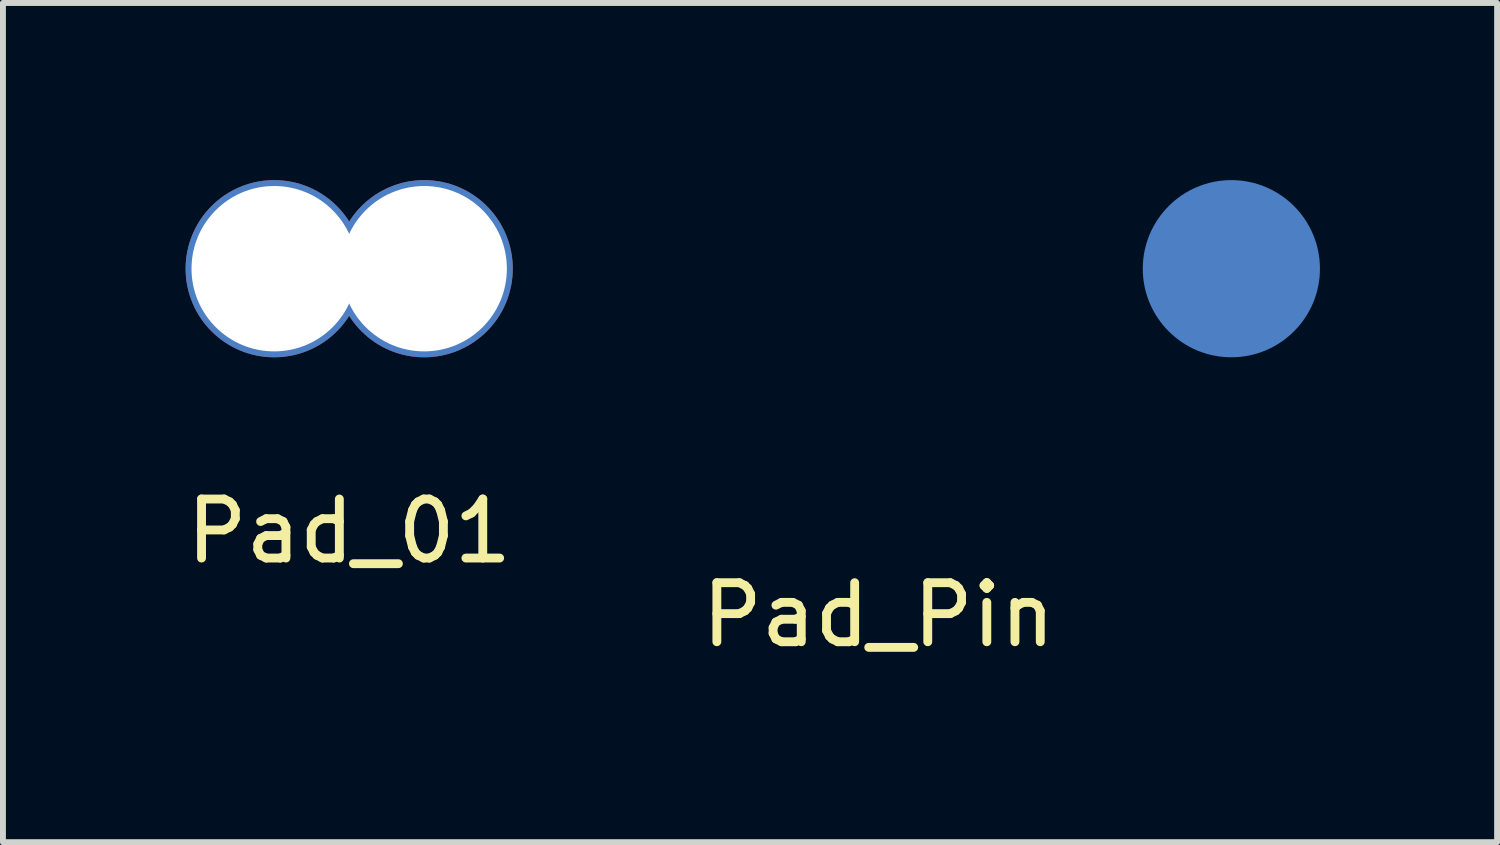
<source format=kicad_pcb>
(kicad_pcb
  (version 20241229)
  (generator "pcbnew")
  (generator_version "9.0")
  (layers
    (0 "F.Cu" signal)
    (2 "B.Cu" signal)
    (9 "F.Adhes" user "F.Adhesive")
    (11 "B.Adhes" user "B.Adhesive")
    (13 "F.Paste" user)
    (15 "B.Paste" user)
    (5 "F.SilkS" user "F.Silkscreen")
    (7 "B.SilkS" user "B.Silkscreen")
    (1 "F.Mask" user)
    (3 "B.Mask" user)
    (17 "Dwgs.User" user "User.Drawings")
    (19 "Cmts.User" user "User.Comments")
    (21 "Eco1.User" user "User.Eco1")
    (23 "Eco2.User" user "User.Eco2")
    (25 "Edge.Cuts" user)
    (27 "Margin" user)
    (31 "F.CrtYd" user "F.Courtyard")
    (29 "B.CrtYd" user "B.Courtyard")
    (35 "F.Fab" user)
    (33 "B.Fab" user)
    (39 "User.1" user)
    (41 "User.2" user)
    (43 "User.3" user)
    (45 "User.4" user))
  (footprint "Pad_01"
    (layer "F.Cu")
    (at 2.863 1.5)
    (property "Reference" "Pad_01" (at 0 4.445 0) (layer "F.SilkS") (effects (font (size 1 1) (thickness 0.15))))
    (attr through_hole)
    (pad "1" thru_hole circle (at -1.27 0) (size 3 3) (drill 2.8) (layers "*.Cu" "*.Mask"))
    (pad "2" thru_hole circle (at 1.27 0) (size 3 3) (drill 2.8) (layers "*.Cu" "*.Mask")))
  (footprint "Pad_Pin"
    (layer "F.Cu")
    (at 17.801 1.5)
    (property "Reference" "Pad_Pin" (at -5.974 5.862 0) (layer "F.SilkS") (effects (font (size 1 1) (thickness 0.15))))
    (attr through_hole)
    (pad "1" smd circle (at 0 0) (size 3 3) (layers "B.Cu" "B.Mask")))
  (gr_rect
    (start -3 -3)
    (end 22.301 11.211)
    (stroke (width 0.1) (type default))
    (fill no)
    (layer "Edge.Cuts")))
</source>
